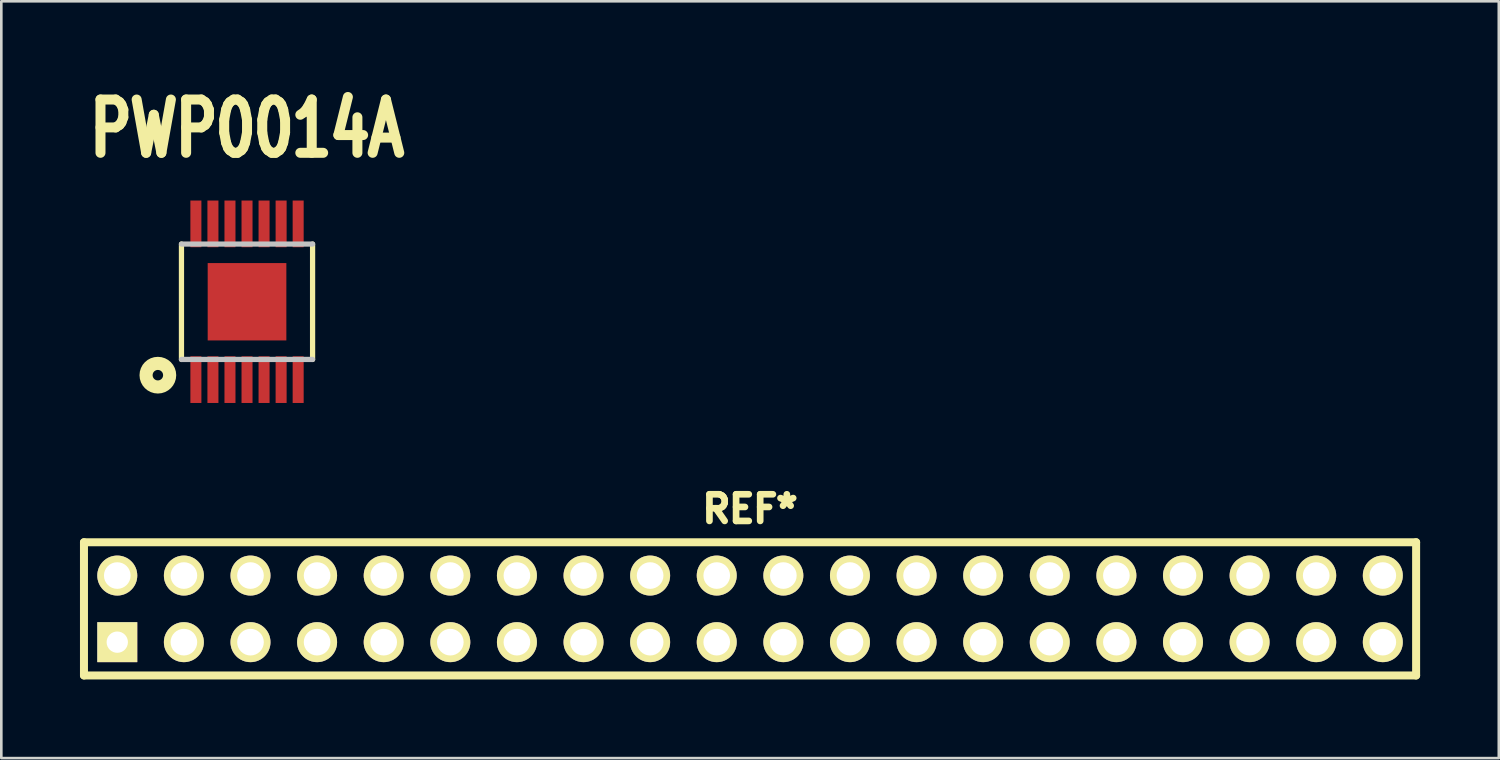
<source format=kicad_pcb>
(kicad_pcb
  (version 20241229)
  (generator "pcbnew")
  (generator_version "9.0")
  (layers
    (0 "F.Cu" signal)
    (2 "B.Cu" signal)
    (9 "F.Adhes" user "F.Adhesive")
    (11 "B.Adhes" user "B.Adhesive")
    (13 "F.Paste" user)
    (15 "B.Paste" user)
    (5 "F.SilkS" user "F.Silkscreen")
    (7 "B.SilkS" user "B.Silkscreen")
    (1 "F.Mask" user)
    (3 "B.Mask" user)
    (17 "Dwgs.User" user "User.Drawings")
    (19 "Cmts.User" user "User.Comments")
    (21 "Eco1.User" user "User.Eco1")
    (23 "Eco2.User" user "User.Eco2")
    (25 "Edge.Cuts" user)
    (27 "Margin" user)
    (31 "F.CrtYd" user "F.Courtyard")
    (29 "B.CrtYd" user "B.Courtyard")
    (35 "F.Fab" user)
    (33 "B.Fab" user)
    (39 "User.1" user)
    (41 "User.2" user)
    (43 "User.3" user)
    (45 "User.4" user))
  (footprint "REF*"
    (layer "F.Cu")
    (at 25.552 20.168)
    (property "Reference" "REF*" (at 0 -3.81 0) (layer "F.SilkS") (effects (font (size 1.016 1.016) (thickness 0.274))))
    (attr through_hole)
    (fp_line (start -25.4 -2.54) (end -25.4 2.54) (stroke (width 0.305) (type solid)) (layer "F.SilkS"))
    (fp_line (start 25.4 -2.54) (end -25.4 -2.54) (stroke (width 0.305) (type solid)) (layer "F.SilkS"))
    (fp_line (start 25.4 -2.54) (end 25.4 2.54) (stroke (width 0.305) (type solid)) (layer "F.SilkS"))
    (fp_line (start 25.4 2.54) (end -25.4 2.54) (stroke (width 0.305) (type solid)) (layer "F.SilkS"))
    (pad "1" thru_hole rect (at -24.13 1.27) (size 1.524 1.524) (drill 0.813) (layers "*.Cu" "*.Mask" "F.SilkS"))
    (pad "2" thru_hole circle (at -24.13 -1.27) (size 1.524 1.524) (drill 1.016) (layers "*.Cu" "*.Mask" "F.SilkS"))
    (pad "3" thru_hole circle (at -21.59 1.27) (size 1.524 1.524) (drill 1.016) (layers "*.Cu" "*.Mask" "F.SilkS"))
    (pad "4" thru_hole circle (at -21.59 -1.27) (size 1.524 1.524) (drill 1.016) (layers "*.Cu" "*.Mask" "F.SilkS"))
    (pad "5" thru_hole circle (at -19.05 1.27) (size 1.524 1.524) (drill 1.016) (layers "*.Cu" "*.Mask" "F.SilkS"))
    (pad "6" thru_hole circle (at -19.05 -1.27) (size 1.524 1.524) (drill 1.016) (layers "*.Cu" "*.Mask" "F.SilkS"))
    (pad "7" thru_hole circle (at -16.51 1.27) (size 1.524 1.524) (drill 1.016) (layers "*.Cu" "*.Mask" "F.SilkS"))
    (pad "8" thru_hole circle (at -16.51 -1.27) (size 1.524 1.524) (drill 1.016) (layers "*.Cu" "*.Mask" "F.SilkS"))
    (pad "9" thru_hole circle (at -13.97 1.27) (size 1.524 1.524) (drill 1.016) (layers "*.Cu" "*.Mask" "F.SilkS"))
    (pad "10" thru_hole circle (at -13.97 -1.27) (size 1.524 1.524) (drill 1.016) (layers "*.Cu" "*.Mask" "F.SilkS"))
    (pad "11" thru_hole circle (at -11.43 1.27) (size 1.524 1.524) (drill 1.016) (layers "*.Cu" "*.Mask" "F.SilkS"))
    (pad "12" thru_hole circle (at -11.43 -1.27) (size 1.524 1.524) (drill 1.016) (layers "*.Cu" "*.Mask" "F.SilkS"))
    (pad "13" thru_hole circle (at -8.89 1.27) (size 1.524 1.524) (drill 1.016) (layers "*.Cu" "*.Mask" "F.SilkS"))
    (pad "14" thru_hole circle (at -8.89 -1.27) (size 1.524 1.524) (drill 1.016) (layers "*.Cu" "*.Mask" "F.SilkS"))
    (pad "15" thru_hole circle (at -6.35 1.27) (size 1.524 1.524) (drill 1.016) (layers "*.Cu" "*.Mask" "F.SilkS"))
    (pad "16" thru_hole circle (at -6.35 -1.27) (size 1.524 1.524) (drill 1.016) (layers "*.Cu" "*.Mask" "F.SilkS"))
    (pad "17" thru_hole circle (at -3.81 1.27) (size 1.524 1.524) (drill 1.016) (layers "*.Cu" "*.Mask" "F.SilkS"))
    (pad "18" thru_hole circle (at -3.81 -1.27) (size 1.524 1.524) (drill 1.016) (layers "*.Cu" "*.Mask" "F.SilkS"))
    (pad "19" thru_hole circle (at -1.27 1.27) (size 1.524 1.524) (drill 1.016) (layers "*.Cu" "*.Mask" "F.SilkS"))
    (pad "20" thru_hole circle (at -1.27 -1.27) (size 1.524 1.524) (drill 1.016) (layers "*.Cu" "*.Mask" "F.SilkS"))
    (pad "21" thru_hole circle (at 1.27 1.27) (size 1.524 1.524) (drill 1.016) (layers "*.Cu" "*.Mask" "F.SilkS"))
    (pad "22" thru_hole circle (at 1.27 -1.27) (size 1.524 1.524) (drill 1.016) (layers "*.Cu" "*.Mask" "F.SilkS"))
    (pad "23" thru_hole circle (at 3.81 1.27) (size 1.524 1.524) (drill 1.016) (layers "*.Cu" "*.Mask" "F.SilkS"))
    (pad "24" thru_hole circle (at 3.81 -1.27) (size 1.524 1.524) (drill 1.016) (layers "*.Cu" "*.Mask" "F.SilkS"))
    (pad "25" thru_hole circle (at 6.35 1.27) (size 1.524 1.524) (drill 1.016) (layers "*.Cu" "*.Mask" "F.SilkS"))
    (pad "26" thru_hole circle (at 6.35 -1.27) (size 1.524 1.524) (drill 1.016) (layers "*.Cu" "*.Mask" "F.SilkS"))
    (pad "27" thru_hole circle (at 8.89 1.27) (size 1.524 1.524) (drill 1.016) (layers "*.Cu" "*.Mask" "F.SilkS"))
    (pad "28" thru_hole circle (at 8.89 -1.27) (size 1.524 1.524) (drill 1.016) (layers "*.Cu" "*.Mask" "F.SilkS"))
    (pad "29" thru_hole circle (at 11.43 1.27) (size 1.524 1.524) (drill 1.016) (layers "*.Cu" "*.Mask" "F.SilkS"))
    (pad "30" thru_hole circle (at 11.43 -1.27) (size 1.524 1.524) (drill 1.016) (layers "*.Cu" "*.Mask" "F.SilkS"))
    (pad "31" thru_hole circle (at 13.97 1.27) (size 1.524 1.524) (drill 1.016) (layers "*.Cu" "*.Mask" "F.SilkS"))
    (pad "32" thru_hole circle (at 13.97 -1.27) (size 1.524 1.524) (drill 1.016) (layers "*.Cu" "*.Mask" "F.SilkS"))
    (pad "33" thru_hole circle (at 16.51 1.27) (size 1.524 1.524) (drill 1.016) (layers "*.Cu" "*.Mask" "F.SilkS"))
    (pad "34" thru_hole circle (at 16.51 -1.27) (size 1.524 1.524) (drill 1.016) (layers "*.Cu" "*.Mask" "F.SilkS"))
    (pad "35" thru_hole circle (at 19.05 1.27) (size 1.524 1.524) (drill 1.016) (layers "*.Cu" "*.Mask" "F.SilkS"))
    (pad "36" thru_hole circle (at 19.05 -1.27) (size 1.524 1.524) (drill 1.016) (layers "*.Cu" "*.Mask" "F.SilkS"))
    (pad "37" thru_hole circle (at 21.59 1.27) (size 1.524 1.524) (drill 1.016) (layers "*.Cu" "*.Mask" "F.SilkS"))
    (pad "38" thru_hole circle (at 21.59 -1.27) (size 1.524 1.524) (drill 1.016) (layers "*.Cu" "*.Mask" "F.SilkS"))
    (pad "39" thru_hole circle (at 24.13 1.27) (size 1.524 1.524) (drill 1.016) (layers "*.Cu" "*.Mask" "F.SilkS"))
    (pad "40" thru_hole circle (at 24.13 -1.27) (size 1.524 1.524) (drill 1.016) (layers "*.Cu" "*.Mask" "F.SilkS")))
  (footprint "PWP0014A"
    (layer "F.Cu")
    (at 6.37 8.457)
    (property "Reference" "PWP0014A" (at 0 -6.6 0) (layer "F.SilkS") (effects (font (size 2.032 1.524) (thickness 0.381))))
    (attr through_hole)
    (fp_line (start -2.5 -2.2) (end -2.5 2.2) (stroke (width 0.2) (type solid)) (layer "F.SilkS"))
    (fp_line (start 2.5 -2.2) (end 2.5 2.2) (stroke (width 0.2) (type solid)) (layer "F.SilkS"))
    (fp_circle (center -3.4 2.8) (end -3.2 2.8) (stroke (width 0.5) (type solid)) (fill no) (layer "F.SilkS"))
    (fp_line (start -2.5 -2.2) (end 2.5 -2.2) (stroke (width 0.2) (type solid)) (layer "Dwgs.User"))
    (fp_line (start -2.5 2.2) (end 2.5 2.2) (stroke (width 0.2) (type solid)) (layer "Dwgs.User"))
    (pad "0" smd rect (at 0 0) (size 3 2.95) (layers "F.Cu" "F.Mask" "F.Paste"))
    (pad "1" smd rect (at -1.95 2.97) (size 0.42 1.78) (layers "F.Cu" "F.Mask" "F.Paste"))
    (pad "2" smd rect (at -1.3 2.97) (size 0.42 1.78) (layers "F.Cu" "F.Mask" "F.Paste"))
    (pad "3" smd rect (at -0.65 2.97) (size 0.42 1.78) (layers "F.Cu" "F.Mask" "F.Paste"))
    (pad "4" smd rect (at 0 2.97) (size 0.42 1.78) (layers "F.Cu" "F.Mask" "F.Paste"))
    (pad "5" smd rect (at 0.65 2.97) (size 0.42 1.78) (layers "F.Cu" "F.Mask" "F.Paste"))
    (pad "6" smd rect (at 1.3 2.97) (size 0.42 1.78) (layers "F.Cu" "F.Mask" "F.Paste"))
    (pad "7" smd rect (at 1.95 2.97) (size 0.42 1.78) (layers "F.Cu" "F.Mask" "F.Paste"))
    (pad "8" smd rect (at 1.95 -2.97) (size 0.42 1.78) (layers "F.Cu" "F.Mask" "F.Paste"))
    (pad "9" smd rect (at 1.3 -2.97) (size 0.42 1.78) (layers "F.Cu" "F.Mask" "F.Paste"))
    (pad "10" smd rect (at 0.65 -2.97) (size 0.42 1.78) (layers "F.Cu" "F.Mask" "F.Paste"))
    (pad "11" smd rect (at 0 -2.97) (size 0.42 1.78) (layers "F.Cu" "F.Mask" "F.Paste"))
    (pad "12" smd rect (at -0.65 -2.97) (size 0.42 1.78) (layers "F.Cu" "F.Mask" "F.Paste"))
    (pad "13" smd rect (at -1.3 -2.97) (size 0.42 1.78) (layers "F.Cu" "F.Mask" "F.Paste"))
    (pad "14" smd rect (at -1.95 -2.97) (size 0.42 1.78) (layers "F.Cu" "F.Mask" "F.Paste")))
  (gr_rect
    (start -3 -3)
    (end 54.105 25.86)
    (stroke (width 0.1) (type default))
    (fill no)
    (layer "Edge.Cuts")))
</source>
